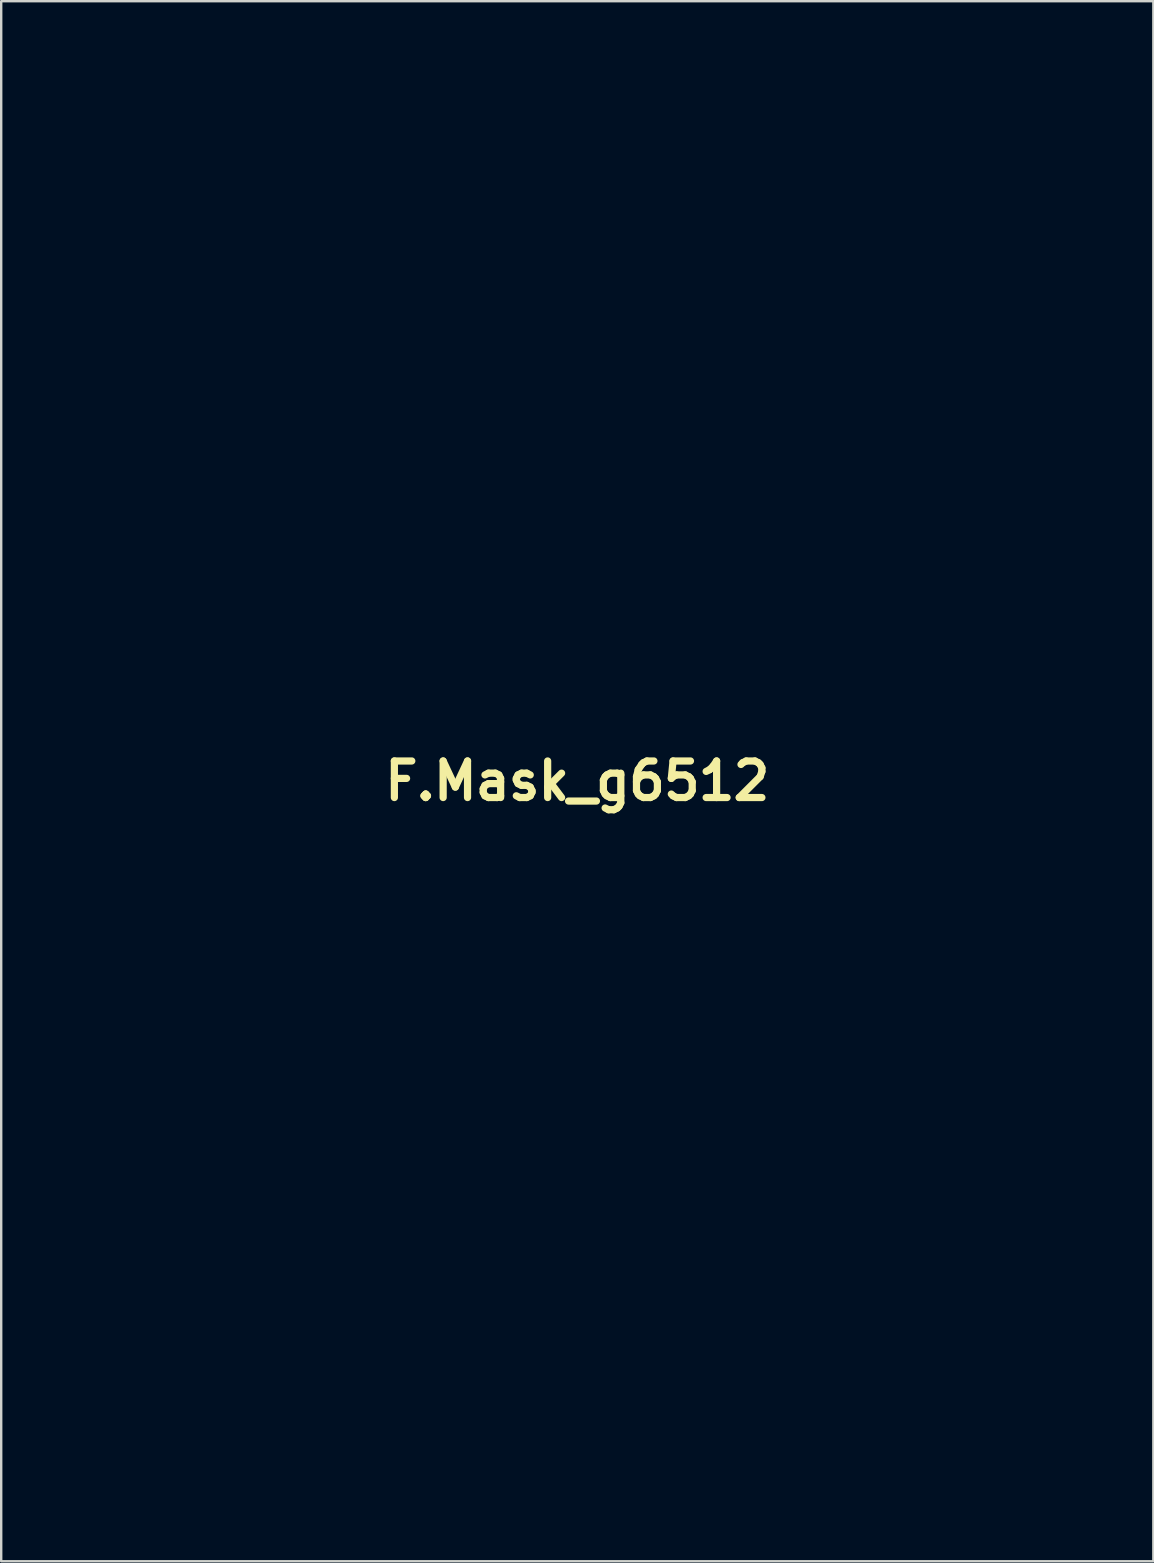
<source format=kicad_pcb>
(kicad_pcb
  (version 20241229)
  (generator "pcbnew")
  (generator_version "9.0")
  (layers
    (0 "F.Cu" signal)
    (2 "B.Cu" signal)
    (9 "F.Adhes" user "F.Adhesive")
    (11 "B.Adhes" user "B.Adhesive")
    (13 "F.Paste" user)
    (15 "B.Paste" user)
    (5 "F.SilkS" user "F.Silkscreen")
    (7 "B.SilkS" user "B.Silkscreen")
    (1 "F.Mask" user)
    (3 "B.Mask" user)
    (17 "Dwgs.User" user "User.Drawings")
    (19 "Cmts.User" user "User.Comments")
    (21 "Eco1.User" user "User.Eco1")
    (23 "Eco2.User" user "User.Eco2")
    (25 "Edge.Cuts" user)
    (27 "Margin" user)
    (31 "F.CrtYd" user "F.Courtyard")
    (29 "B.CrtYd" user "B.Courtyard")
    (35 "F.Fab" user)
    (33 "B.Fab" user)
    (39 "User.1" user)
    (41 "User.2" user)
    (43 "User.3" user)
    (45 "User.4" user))
  (footprint "F.Mask_g6512"
    (layer "F.Cu")
    (at 21.002 29.491)
    (property "Reference" "F.Mask_g6512" (at 0 0 0) (layer "F.SilkS") (effects (font (size 1.524 1.524) (thickness 0.3))))
    (attr through_hole)
    (fp_poly (pts (xy -18.479 11.832) (xy -20.997 11.832) (xy -20.997 10.499) (xy -18.479 10.499) (xy -18.479 11.832)) (stroke (width 0.01) (type solid)) (fill yes) (layer "F.Mask"))
    (fp_poly (pts (xy -18.479 14.372) (xy -20.997 14.372) (xy -20.997 13.039) (xy -18.479 13.039) (xy -18.479 14.372)) (stroke (width 0.01) (type solid)) (fill yes) (layer "F.Mask"))
    (fp_poly (pts (xy -18.479 16.912) (xy -20.997 16.912) (xy -20.997 15.579) (xy -18.479 15.579) (xy -18.479 16.912)) (stroke (width 0.01) (type solid)) (fill yes) (layer "F.Mask"))
    (fp_poly (pts (xy -6.858 27.178) (xy -7.176 27.178) (xy -7.176 26.077) (xy -6.858 26.077) (xy -6.858 27.178)) (stroke (width 0.01) (type solid)) (fill yes) (layer "F.Mask"))
    (fp_poly (pts (xy 20.997 11.832) (xy 18.479 11.832) (xy 18.479 10.499) (xy 20.997 10.499) (xy 20.997 11.832)) (stroke (width 0.01) (type solid)) (fill yes) (layer "F.Mask"))
    (fp_poly (pts (xy 20.997 14.372) (xy 18.479 14.372) (xy 18.479 13.039) (xy 20.997 13.039) (xy 20.997 14.372)) (stroke (width 0.01) (type solid)) (fill yes) (layer "F.Mask"))
    (fp_poly (pts (xy 20.997 16.912) (xy 18.479 16.912) (xy 18.479 15.579) (xy 20.997 15.579) (xy 20.997 16.912)) (stroke (width 0.01) (type solid)) (fill yes) (layer "F.Mask"))
    (fp_poly (pts (xy -6.941 25.608) (xy -6.879 25.653) (xy -6.842 25.718) (xy -6.833 25.791) (xy -6.858 25.865) (xy -6.902 25.917) (xy -6.976 25.962) (xy -7.049 25.967) (xy -7.112 25.944) (xy -7.178 25.89) (xy -7.21 25.819) (xy -7.207 25.738) (xy -7.167 25.66) (xy -7.163 25.656) (xy -7.114 25.61) (xy -7.06 25.592) (xy -7.024 25.59) (xy -6.941 25.608)) (stroke (width 0.01) (type solid)) (fill yes) (layer "F.Mask"))
    (fp_poly (pts (xy -2.501 26.814) (xy -2.434 26.863) (xy -2.398 26.941) (xy -2.392 26.999) (xy -2.41 27.085) (xy -2.456 27.149) (xy -2.523 27.188) (xy -2.601 27.199) (xy -2.679 27.177) (xy -2.732 27.137) (xy -2.783 27.061) (xy -2.794 26.978) (xy -2.763 26.895) (xy -2.739 26.862) (xy -2.694 26.818) (xy -2.643 26.8) (xy -2.594 26.797) (xy -2.501 26.814)) (stroke (width 0.01) (type solid)) (fill yes) (layer "F.Mask"))
    (fp_poly (pts (xy -20.214 20.399) (xy -20.214 21.156) (xy -16.288 24.94) (xy -12.362 28.723) (xy 0.005 28.722) (xy 12.372 28.72) (xy 20.204 21.165) (xy 20.209 20.404) (xy 20.215 19.643) (xy 20.997 19.643) (xy 20.997 22.516) (xy 17.373 26.011) (xy 13.748 29.506) (xy 0 29.506) (xy -13.748 29.506) (xy -17.373 26.011) (xy -20.997 22.516) (xy -20.997 19.643) (xy -20.214 19.643) (xy -20.214 20.399)) (stroke (width 0.01) (type solid)) (fill yes) (layer "F.Mask"))
    (fp_poly (pts (xy -6.244 26.077) (xy -5.927 26.077) (xy -5.927 26.352) (xy -6.244 26.352) (xy -6.244 26.594) (xy -6.243 26.694) (xy -6.24 26.78) (xy -6.236 26.842) (xy -6.231 26.869) (xy -6.214 26.888) (xy -6.175 26.899) (xy -6.105 26.903) (xy -6.073 26.903) (xy -5.927 26.903) (xy -5.927 27.178) (xy -6.122 27.178) (xy -6.237 27.175) (xy -6.32 27.165) (xy -6.381 27.146) (xy -6.392 27.141) (xy -6.445 27.109) (xy -6.484 27.067) (xy -6.511 27.011) (xy -6.528 26.933) (xy -6.537 26.826) (xy -6.54 26.686) (xy -6.54 26.654) (xy -6.54 26.352) (xy -6.731 26.352) (xy -6.731 26.077) (xy -6.54 26.077) (xy -6.54 25.802) (xy -6.244 25.802) (xy -6.244 26.077)) (stroke (width 0.01) (type solid)) (fill yes) (layer "F.Mask"))
    (fp_poly (pts (xy -8.276 26.289) (xy -8.105 26.289) (xy -7.985 26.285) (xy -7.896 26.269) (xy -7.836 26.235) (xy -7.797 26.178) (xy -7.777 26.093) (xy -7.769 25.974) (xy -7.769 25.913) (xy -7.768 25.675) (xy -7.429 25.675) (xy -7.429 25.894) (xy -7.434 26.05) (xy -7.451 26.173) (xy -7.482 26.272) (xy -7.529 26.355) (xy -7.586 26.421) (xy -7.677 26.512) (xy -7.593 26.697) (xy -7.508 26.882) (xy -7.324 26.882) (xy -7.324 27.182) (xy -7.488 27.174) (xy -7.578 27.168) (xy -7.648 27.154) (xy -7.703 27.127) (xy -7.751 27.082) (xy -7.797 27.013) (xy -7.85 26.913) (xy -7.887 26.838) (xy -8.009 26.585) (xy -8.276 26.585) (xy -8.276 27.178) (xy -8.594 27.178) (xy -8.594 25.675) (xy -8.276 25.675) (xy -8.276 26.289)) (stroke (width 0.01) (type solid)) (fill yes) (layer "F.Mask"))
    (fp_poly (pts (xy -12.548 25.678) (xy -12.41 25.687) (xy -12.306 25.703) (xy -12.286 25.708) (xy -12.123 25.77) (xy -11.986 25.864) (xy -11.877 25.987) (xy -11.8 26.134) (xy -11.756 26.302) (xy -11.748 26.427) (xy -11.766 26.607) (xy -11.821 26.769) (xy -11.909 26.908) (xy -12.027 27.022) (xy -12.173 27.107) (xy -12.286 27.145) (xy -12.382 27.163) (xy -12.512 27.173) (xy -12.68 27.178) (xy -12.726 27.178) (xy -13.039 27.178) (xy -13.039 26.886) (xy -12.721 26.886) (xy -12.534 26.878) (xy -12.438 26.873) (xy -12.37 26.863) (xy -12.319 26.847) (xy -12.27 26.819) (xy -12.26 26.813) (xy -12.168 26.732) (xy -12.109 26.629) (xy -12.08 26.501) (xy -12.077 26.427) (xy -12.091 26.284) (xy -12.135 26.169) (xy -12.21 26.078) (xy -12.26 26.04) (xy -12.31 26.011) (xy -12.36 25.992) (xy -12.423 25.982) (xy -12.513 25.976) (xy -12.534 25.975) (xy -12.721 25.967) (xy -12.721 26.886) (xy -13.039 26.886) (xy -13.039 25.675) (xy -12.726 25.675) (xy -12.548 25.678)) (stroke (width 0.01) (type solid)) (fill yes) (layer "F.Mask"))
    (fp_poly (pts (xy -9.4 26.078) (xy -9.342 26.08) (xy -9.314 26.082) (xy -9.313 26.083) (xy -9.32 26.111) (xy -9.339 26.171) (xy -9.367 26.258) (xy -9.403 26.364) (xy -9.444 26.482) (xy -9.487 26.607) (xy -9.53 26.73) (xy -9.571 26.845) (xy -9.608 26.945) (xy -9.637 27.023) (xy -9.657 27.073) (xy -9.664 27.087) (xy -9.725 27.146) (xy -9.812 27.184) (xy -9.91 27.197) (xy -10.007 27.184) (xy -10.069 27.158) (xy -10.125 27.115) (xy -10.168 27.068) (xy -10.17 27.065) (xy -10.186 27.032) (xy -10.211 26.967) (xy -10.245 26.876) (xy -10.284 26.767) (xy -10.325 26.648) (xy -10.367 26.524) (xy -10.407 26.405) (xy -10.443 26.296) (xy -10.472 26.204) (xy -10.491 26.138) (xy -10.499 26.104) (xy -10.499 26.103) (xy -10.488 26.089) (xy -10.451 26.082) (xy -10.382 26.08) (xy -10.335 26.082) (xy -10.172 26.088) (xy -10.046 26.495) (xy -10.008 26.617) (xy -9.972 26.724) (xy -9.943 26.81) (xy -9.92 26.868) (xy -9.908 26.892) (xy -9.907 26.893) (xy -9.897 26.871) (xy -9.876 26.815) (xy -9.847 26.73) (xy -9.813 26.625) (xy -9.774 26.503) (xy -9.767 26.481) (xy -9.641 26.077) (xy -9.477 26.077) (xy -9.4 26.078)) (stroke (width 0.01) (type solid)) (fill yes) (layer "F.Mask"))
    (fp_poly (pts (xy -4.847 26.421) (xy -4.809 26.541) (xy -4.775 26.651) (xy -4.746 26.743) (xy -4.725 26.81) (xy -4.717 26.836) (xy -4.698 26.878) (xy -4.682 26.891) (xy -4.679 26.889) (xy -4.669 26.864) (xy -4.648 26.805) (xy -4.619 26.719) (xy -4.584 26.611) (xy -4.545 26.49) (xy -4.54 26.474) (xy -4.416 26.077) (xy -4.248 26.077) (xy -4.163 26.079) (xy -4.113 26.084) (xy -4.092 26.094) (xy -4.092 26.106) (xy -4.101 26.134) (xy -4.123 26.195) (xy -4.153 26.285) (xy -4.191 26.396) (xy -4.234 26.523) (xy -4.257 26.588) (xy -4.302 26.721) (xy -4.346 26.843) (xy -4.383 26.947) (xy -4.414 27.027) (xy -4.434 27.076) (xy -4.44 27.086) (xy -4.5 27.144) (xy -4.585 27.182) (xy -4.684 27.197) (xy -4.784 27.186) (xy -4.841 27.165) (xy -4.896 27.129) (xy -4.937 27.088) (xy -4.938 27.086) (xy -4.953 27.053) (xy -4.979 26.987) (xy -5.014 26.893) (xy -5.055 26.778) (xy -5.099 26.649) (xy -5.121 26.585) (xy -5.165 26.453) (xy -5.206 26.334) (xy -5.24 26.233) (xy -5.266 26.157) (xy -5.281 26.113) (xy -5.285 26.104) (xy -5.279 26.09) (xy -5.245 26.082) (xy -5.177 26.078) (xy -5.125 26.077) (xy -4.955 26.077) (xy -4.847 26.421)) (stroke (width 0.01) (type solid)) (fill yes) (layer "F.Mask"))
    (fp_poly (pts (xy -10.941 26.068) (xy -10.894 26.079) (xy -10.786 26.13) (xy -10.695 26.215) (xy -10.624 26.327) (xy -10.579 26.459) (xy -10.562 26.605) (xy -10.562 26.607) (xy -10.562 26.733) (xy -10.922 26.733) (xy -11.04 26.734) (xy -11.142 26.736) (xy -11.221 26.739) (xy -11.269 26.742) (xy -11.282 26.745) (xy -11.273 26.772) (xy -11.26 26.798) (xy -11.223 26.844) (xy -11.165 26.875) (xy -11.079 26.894) (xy -10.96 26.902) (xy -10.902 26.903) (xy -10.689 26.903) (xy -10.689 27.178) (xy -10.906 27.177) (xy -11.01 27.173) (xy -11.11 27.166) (xy -11.19 27.155) (xy -11.22 27.149) (xy -11.342 27.098) (xy -11.452 27.019) (xy -11.539 26.92) (xy -11.595 26.811) (xy -11.601 26.792) (xy -11.616 26.689) (xy -11.615 26.571) (xy -11.608 26.522) (xy -11.301 26.522) (xy -11.09 26.522) (xy -10.994 26.521) (xy -10.933 26.519) (xy -10.899 26.512) (xy -10.883 26.5) (xy -10.88 26.482) (xy -10.88 26.478) (xy -10.894 26.436) (xy -10.93 26.385) (xy -10.944 26.369) (xy -10.992 26.328) (xy -11.035 26.313) (xy -11.094 26.316) (xy -11.187 26.344) (xy -11.25 26.4) (xy -11.279 26.46) (xy -11.301 26.522) (xy -11.608 26.522) (xy -11.599 26.454) (xy -11.569 26.357) (xy -11.562 26.342) (xy -11.479 26.225) (xy -11.37 26.136) (xy -11.239 26.079) (xy -11.094 26.055) (xy -10.941 26.068)) (stroke (width 0.01) (type solid)) (fill yes) (layer "F.Mask"))
    (fp_poly (pts (xy -3.53 25.676) (xy -3.438 25.678) (xy -3.371 25.682) (xy -3.321 25.69) (xy -3.279 25.704) (xy -3.237 25.722) (xy -3.224 25.729) (xy -3.124 25.796) (xy -3.056 25.87) (xy -3.023 25.923) (xy -3.004 25.974) (xy -2.996 26.037) (xy -2.995 26.109) (xy -2.998 26.197) (xy -3.008 26.259) (xy -3.03 26.311) (xy -3.05 26.344) (xy -3.106 26.427) (xy -3.051 26.498) (xy -3.007 26.586) (xy -2.986 26.693) (xy -2.99 26.806) (xy -3.019 26.908) (xy -3.023 26.917) (xy -3.09 27.014) (xy -3.177 27.095) (xy -3.273 27.148) (xy -3.296 27.156) (xy -3.347 27.164) (xy -3.429 27.171) (xy -3.533 27.175) (xy -3.648 27.178) (xy -3.678 27.178) (xy -3.979 27.178) (xy -3.979 26.882) (xy -3.685 26.882) (xy -3.568 26.881) (xy -3.485 26.88) (xy -3.431 26.876) (xy -3.395 26.868) (xy -3.372 26.855) (xy -3.354 26.836) (xy -3.346 26.826) (xy -3.308 26.751) (xy -3.312 26.68) (xy -3.354 26.616) (xy -3.378 26.594) (xy -3.405 26.579) (xy -3.442 26.571) (xy -3.499 26.566) (xy -3.583 26.564) (xy -3.661 26.564) (xy -3.916 26.564) (xy -3.916 26.268) (xy -3.653 26.268) (xy -3.543 26.268) (xy -3.468 26.266) (xy -3.418 26.261) (xy -3.387 26.251) (xy -3.366 26.235) (xy -3.346 26.212) (xy -3.346 26.212) (xy -3.315 26.163) (xy -3.302 26.121) (xy -3.302 26.12) (xy -3.315 26.078) (xy -3.345 26.029) (xy -3.346 26.027) (xy -3.364 26.005) (xy -3.384 25.99) (xy -3.414 25.98) (xy -3.459 25.975) (xy -3.529 25.972) (xy -3.63 25.972) (xy -3.685 25.971) (xy -3.979 25.971) (xy -3.979 25.675) (xy -3.655 25.675) (xy -3.53 25.676)) (stroke (width 0.01) (type solid)) (fill yes) (layer "F.Mask"))
    (fp_poly (pts (xy -1.507 25.665) (xy -1.364 25.707) (xy -1.244 25.784) (xy -1.148 25.894) (xy -1.113 25.954) (xy -1.093 25.997) (xy -1.079 26.036) (xy -1.069 26.079) (xy -1.063 26.135) (xy -1.06 26.211) (xy -1.059 26.315) (xy -1.058 26.427) (xy -1.059 26.56) (xy -1.06 26.658) (xy -1.064 26.73) (xy -1.07 26.783) (xy -1.081 26.825) (xy -1.096 26.864) (xy -1.113 26.899) (xy -1.197 27.023) (xy -1.309 27.116) (xy -1.415 27.167) (xy -1.507 27.187) (xy -1.615 27.196) (xy -1.721 27.193) (xy -1.799 27.179) (xy -1.923 27.123) (xy -2.033 27.039) (xy -2.118 26.935) (xy -2.162 26.847) (xy -2.174 26.787) (xy -2.184 26.695) (xy -2.189 26.581) (xy -2.192 26.455) (xy -2.192 26.435) (xy -1.863 26.435) (xy -1.863 26.773) (xy -1.799 26.836) (xy -1.714 26.896) (xy -1.624 26.915) (xy -1.53 26.892) (xy -1.482 26.863) (xy -1.443 26.831) (xy -1.415 26.796) (xy -1.396 26.75) (xy -1.385 26.686) (xy -1.38 26.598) (xy -1.38 26.478) (xy -1.381 26.402) (xy -1.383 26.278) (xy -1.386 26.189) (xy -1.392 26.128) (xy -1.4 26.087) (xy -1.412 26.059) (xy -1.429 26.036) (xy -1.437 26.027) (xy -1.52 25.963) (xy -1.611 25.942) (xy -1.71 25.962) (xy -1.711 25.962) (xy -1.763 25.986) (xy -1.802 26.013) (xy -1.829 26.049) (xy -1.847 26.102) (xy -1.857 26.178) (xy -1.862 26.283) (xy -1.863 26.423) (xy -1.863 26.435) (xy -2.192 26.435) (xy -2.191 26.326) (xy -2.186 26.205) (xy -2.179 26.102) (xy -2.168 26.027) (xy -2.162 26.006) (xy -2.111 25.911) (xy -2.034 25.817) (xy -1.942 25.74) (xy -1.896 25.713) (xy -1.817 25.684) (xy -1.718 25.664) (xy -1.67 25.659) (xy -1.507 25.665)) (stroke (width 0.01) (type solid)) (fill yes) (layer "F.Mask"))
    (fp_poly (pts (xy -9.466 -24.347) (xy -6.079 -19.209) (xy 6.08 -19.209) (xy 9.463 -24.342) (xy 12.846 -29.475) (xy 14.609 -29.475) (xy 17.656 -24.852) (xy 17.921 -24.45) (xy 18.179 -24.058) (xy 18.431 -23.676) (xy 18.674 -23.306) (xy 18.908 -22.95) (xy 19.132 -22.609) (xy 19.345 -22.285) (xy 19.546 -21.979) (xy 19.734 -21.692) (xy 19.908 -21.426) (xy 20.067 -21.183) (xy 20.211 -20.963) (xy 20.337 -20.769) (xy 20.446 -20.602) (xy 20.536 -20.463) (xy 20.607 -20.353) (xy 20.656 -20.275) (xy 20.685 -20.23) (xy 20.691 -20.218) (xy 20.671 -20.204) (xy 20.62 -20.17) (xy 20.542 -20.117) (xy 20.441 -20.05) (xy 20.32 -19.97) (xy 20.185 -19.881) (xy 20.06 -19.799) (xy 19.887 -19.685) (xy 19.745 -19.593) (xy 19.632 -19.522) (xy 19.547 -19.47) (xy 19.485 -19.436) (xy 19.444 -19.418) (xy 19.422 -19.414) (xy 19.418 -19.416) (xy 19.404 -19.436) (xy 19.368 -19.49) (xy 19.311 -19.575) (xy 19.234 -19.692) (xy 19.138 -19.837) (xy 19.023 -20.01) (xy 18.892 -20.209) (xy 18.744 -20.432) (xy 18.582 -20.678) (xy 18.406 -20.945) (xy 18.217 -21.232) (xy 18.016 -21.536) (xy 17.804 -21.857) (xy 17.583 -22.193) (xy 17.352 -22.542) (xy 17.115 -22.903) (xy 16.87 -23.274) (xy 16.732 -23.484) (xy 16.482 -23.864) (xy 16.237 -24.235) (xy 15.998 -24.598) (xy 15.766 -24.95) (xy 15.542 -25.29) (xy 15.328 -25.615) (xy 15.124 -25.924) (xy 14.932 -26.216) (xy 14.752 -26.489) (xy 14.587 -26.74) (xy 14.436 -26.969) (xy 14.301 -27.173) (xy 14.183 -27.352) (xy 14.084 -27.502) (xy 14.004 -27.623) (xy 13.945 -27.713) (xy 13.907 -27.77) (xy 13.897 -27.784) (xy 13.726 -28.041) (xy 10.319 -22.869) (xy 6.911 -17.696) (xy -6.911 -17.697) (xy -10.318 -22.869) (xy -13.726 -28.042) (xy -13.792 -27.943) (xy -13.809 -27.917) (xy -13.849 -27.857) (xy -13.91 -27.765) (xy -13.991 -27.642) (xy -14.091 -27.49) (xy -14.211 -27.309) (xy -14.347 -27.102) (xy -14.5 -26.87) (xy -14.669 -26.614) (xy -14.852 -26.336) (xy -15.049 -26.038) (xy -15.258 -25.72) (xy -15.479 -25.385) (xy -15.711 -25.033) (xy -15.952 -24.667) (xy -16.203 -24.288) (xy -16.461 -23.896) (xy -16.725 -23.495) (xy -16.996 -23.084) (xy -17.036 -23.023) (xy -20.214 -18.201) (xy -20.214 7.768) (xy -20.997 7.768) (xy -20.997 -19.781) (xy -17.803 -24.628) (xy -14.609 -29.475) (xy -13.731 -29.48) (xy -12.853 -29.486) (xy -9.466 -24.347)) (stroke (width 0.01) (type solid)) (fill yes) (layer "F.Mask")))
  (gr_rect
    (start -3 -3)
    (end 45.005 62.001)
    (stroke (width 0.1) (type default))
    (fill no)
    (layer "Edge.Cuts")))
</source>
